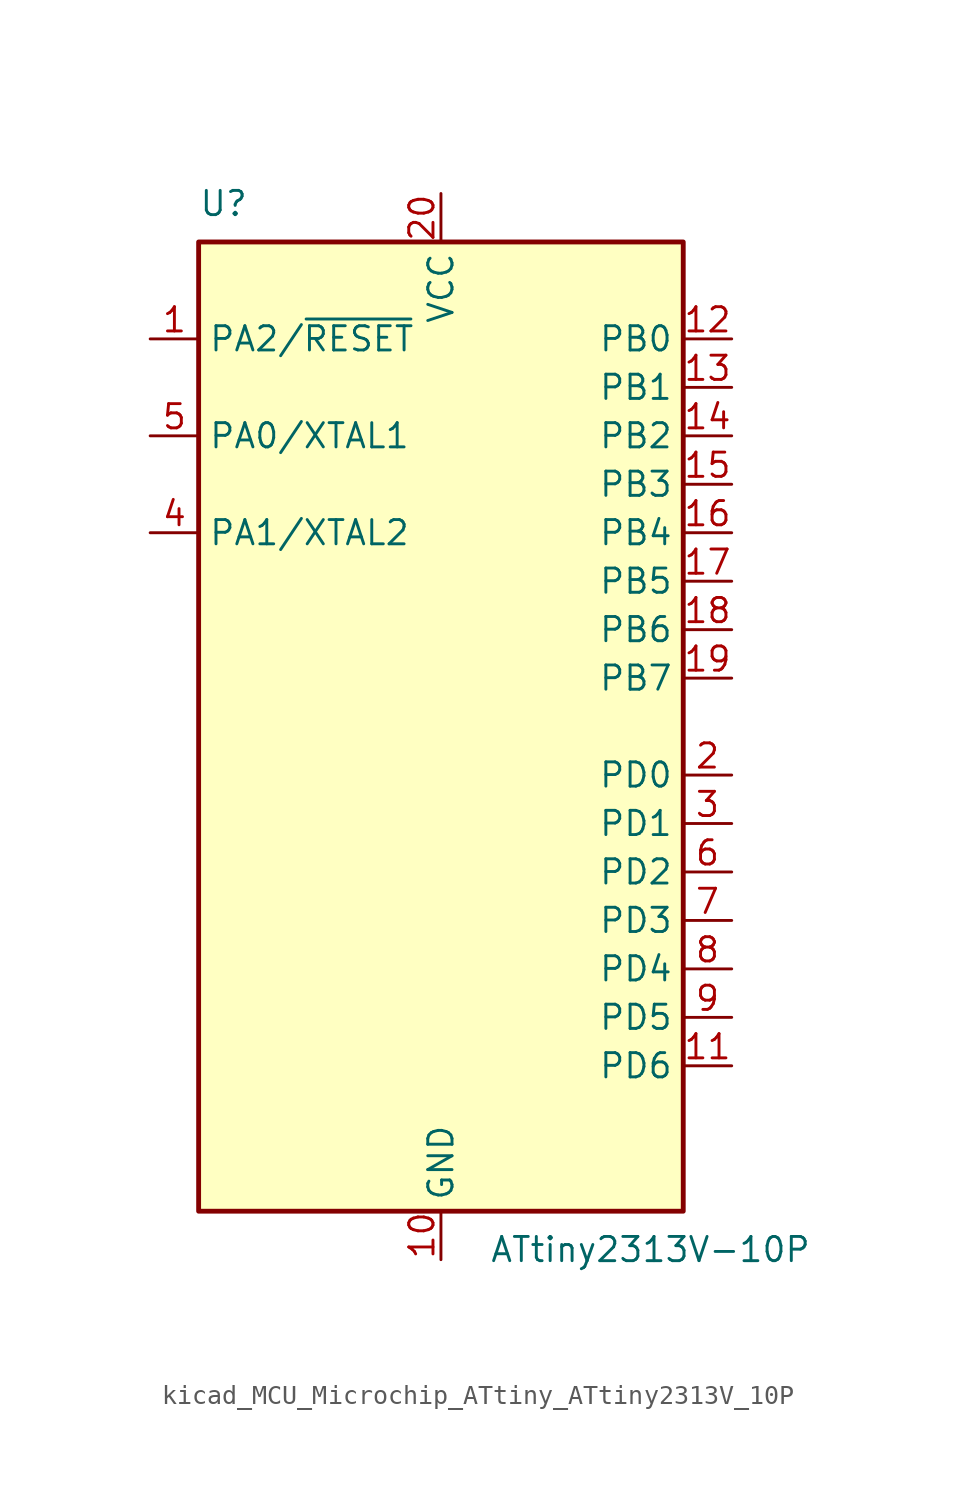
<source format=kicad_sym>
(kicad_symbol_lib
  (version 20220914)
  (generator kicad_symbol_editor)
  (symbol "kicad_MCU_Microchip_ATtiny_ATtiny2313V_10P"
    (property "Reference" "U"
      (at -12.7 26.67 0)
      (effects (font (size 1.27 1.27)) (justify left bottom)))
    (property "Value" "ATtiny2313V-10P"
      (at 2.54 -26.67 0)
      (effects (font (size 1.27 1.27)) (justify left top)))
    (symbol "kicad_MCU_Microchip_ATtiny_ATtiny2313V_10P_0_1"
      (rectangle (start -12.7 -25.4) (end 12.7 25.4) (stroke (width 0.254) (type default)) (fill (type background))))
    (symbol "kicad_MCU_Microchip_ATtiny_ATtiny2313V_10P_1_1"
      (pin bidirectional line (at -15.24 20.32 0) (length 2.54) (name "PA2/~{RESET}" (effects (font (size 1.27 1.27)))) (number "1" (effects (font (size 1.27 1.27)))))
      (pin power_in line (at 0 -27.94 90) (length 2.54) (name "GND" (effects (font (size 1.27 1.27)))) (number "10" (effects (font (size 1.27 1.27)))))
      (pin bidirectional line (at 15.24 -17.78 180) (length 2.54) (name "PD6" (effects (font (size 1.27 1.27)))) (number "11" (effects (font (size 1.27 1.27)))))
      (pin bidirectional line (at 15.24 20.32 180) (length 2.54) (name "PB0" (effects (font (size 1.27 1.27)))) (number "12" (effects (font (size 1.27 1.27)))))
      (pin bidirectional line (at 15.24 17.78 180) (length 2.54) (name "PB1" (effects (font (size 1.27 1.27)))) (number "13" (effects (font (size 1.27 1.27)))))
      (pin bidirectional line (at 15.24 15.24 180) (length 2.54) (name "PB2" (effects (font (size 1.27 1.27)))) (number "14" (effects (font (size 1.27 1.27)))))
      (pin bidirectional line (at 15.24 12.7 180) (length 2.54) (name "PB3" (effects (font (size 1.27 1.27)))) (number "15" (effects (font (size 1.27 1.27)))))
      (pin bidirectional line (at 15.24 10.16 180) (length 2.54) (name "PB4" (effects (font (size 1.27 1.27)))) (number "16" (effects (font (size 1.27 1.27)))))
      (pin bidirectional line (at 15.24 7.62 180) (length 2.54) (name "PB5" (effects (font (size 1.27 1.27)))) (number "17" (effects (font (size 1.27 1.27)))))
      (pin bidirectional line (at 15.24 5.08 180) (length 2.54) (name "PB6" (effects (font (size 1.27 1.27)))) (number "18" (effects (font (size 1.27 1.27)))))
      (pin bidirectional line (at 15.24 2.54 180) (length 2.54) (name "PB7" (effects (font (size 1.27 1.27)))) (number "19" (effects (font (size 1.27 1.27)))))
      (pin bidirectional line (at 15.24 -2.54 180) (length 2.54) (name "PD0" (effects (font (size 1.27 1.27)))) (number "2" (effects (font (size 1.27 1.27)))))
      (pin power_in line (at 0 27.94 270) (length 2.54) (name "VCC" (effects (font (size 1.27 1.27)))) (number "20" (effects (font (size 1.27 1.27)))))
      (pin bidirectional line (at 15.24 -5.08 180) (length 2.54) (name "PD1" (effects (font (size 1.27 1.27)))) (number "3" (effects (font (size 1.27 1.27)))))
      (pin bidirectional line (at -15.24 10.16 0) (length 2.54) (name "PA1/XTAL2" (effects (font (size 1.27 1.27)))) (number "4" (effects (font (size 1.27 1.27)))))
      (pin bidirectional line (at -15.24 15.24 0) (length 2.54) (name "PA0/XTAL1" (effects (font (size 1.27 1.27)))) (number "5" (effects (font (size 1.27 1.27)))))
      (pin bidirectional line (at 15.24 -7.62 180) (length 2.54) (name "PD2" (effects (font (size 1.27 1.27)))) (number "6" (effects (font (size 1.27 1.27)))))
      (pin bidirectional line (at 15.24 -10.16 180) (length 2.54) (name "PD3" (effects (font (size 1.27 1.27)))) (number "7" (effects (font (size 1.27 1.27)))))
      (pin bidirectional line (at 15.24 -12.7 180) (length 2.54) (name "PD4" (effects (font (size 1.27 1.27)))) (number "8" (effects (font (size 1.27 1.27)))))
      (pin bidirectional line (at 15.24 -15.24 180) (length 2.54) (name "PD5" (effects (font (size 1.27 1.27)))) (number "9" (effects (font (size 1.27 1.27))))))))
</source>
